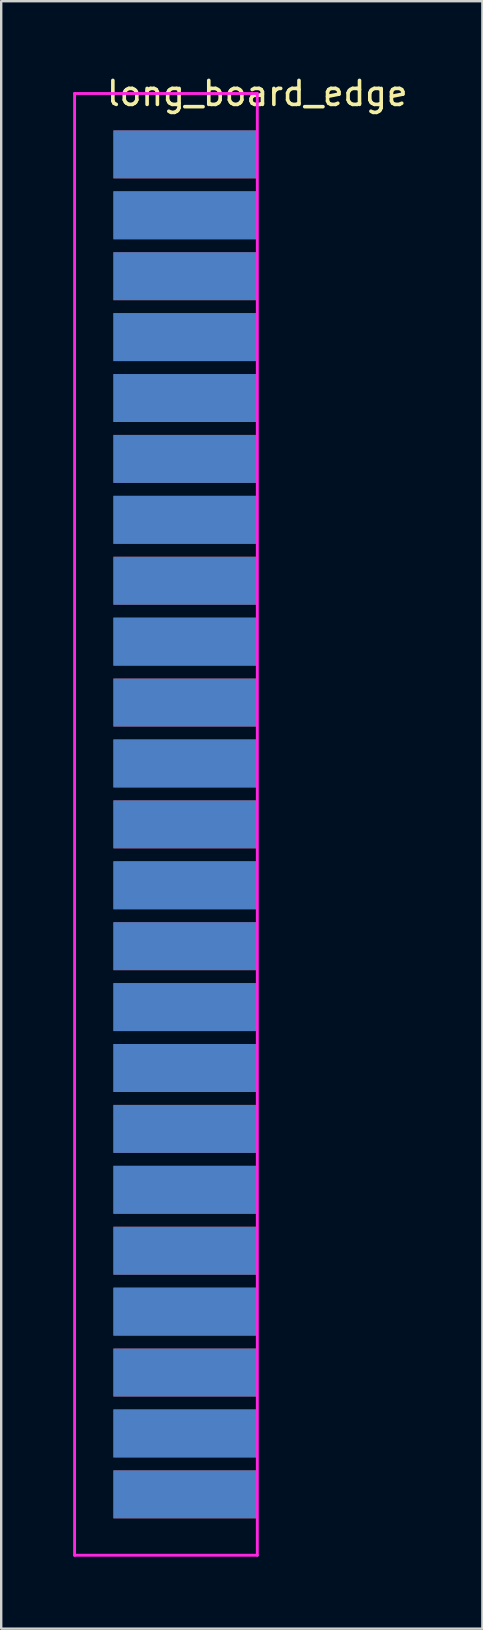
<source format=kicad_pcb>
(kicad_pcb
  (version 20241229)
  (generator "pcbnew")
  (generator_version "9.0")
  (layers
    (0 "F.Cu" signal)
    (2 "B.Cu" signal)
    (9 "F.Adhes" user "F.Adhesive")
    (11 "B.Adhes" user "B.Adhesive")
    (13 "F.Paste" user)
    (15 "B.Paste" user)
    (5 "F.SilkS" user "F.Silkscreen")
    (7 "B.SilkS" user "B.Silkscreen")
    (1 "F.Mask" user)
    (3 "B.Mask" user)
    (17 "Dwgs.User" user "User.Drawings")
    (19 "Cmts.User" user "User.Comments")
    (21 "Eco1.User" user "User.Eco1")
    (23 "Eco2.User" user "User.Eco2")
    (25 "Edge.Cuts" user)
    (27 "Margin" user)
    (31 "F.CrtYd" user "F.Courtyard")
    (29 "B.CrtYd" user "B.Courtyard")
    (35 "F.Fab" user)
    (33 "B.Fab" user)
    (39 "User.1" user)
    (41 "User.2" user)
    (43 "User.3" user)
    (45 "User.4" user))
  (footprint "long_board_edge"
    (layer "F.Cu")
    (at 7.68 3.388)
    (property "Reference" "long_board_edge" (at 0 -2.54 0) (layer "F.SilkS") (effects (font (size 1 1) (thickness 0.15))))
    (attr through_hole)
    (fp_line (start -7.62 -2.54) (end -7.62 58.42) (stroke (width 0.12) (type solid)) (layer "F.CrtYd"))
    (fp_line (start -7.62 58.42) (end 0 58.42) (stroke (width 0.12) (type solid)) (layer "F.CrtYd"))
    (fp_line (start 0 -2.54) (end -7.62 -2.54) (stroke (width 0.12) (type solid)) (layer "F.CrtYd"))
    (fp_line (start 0 58.42) (end 0 -2.54) (stroke (width 0.12) (type solid)) (layer "F.CrtYd"))
    (pad "a1" connect rect (at 0 0) (size 6 2) (drill (offset -3 0)) (layers "F.Cu" "F.Mask"))
    (pad "a2" connect rect (at 0 2.54) (size 6 2) (drill (offset -3 0)) (layers "F.Cu" "F.Mask"))
    (pad "a3" connect rect (at 0 5.08) (size 6 2) (drill (offset -3 0)) (layers "F.Cu" "F.Mask"))
    (pad "a4" connect rect (at 0 7.62) (size 6 2) (drill (offset -3 0)) (layers "F.Cu" "F.Mask"))
    (pad "a5" connect rect (at 0 10.16) (size 6 2) (drill (offset -3 0)) (layers "F.Cu" "F.Mask"))
    (pad "a6" connect rect (at 0 12.7) (size 6 2) (drill (offset -3 0)) (layers "F.Cu" "F.Mask"))
    (pad "a7" connect rect (at 0 15.24) (size 6 2) (drill (offset -3 0)) (layers "F.Cu" "F.Mask"))
    (pad "a8" connect rect (at 0 17.78) (size 6 2) (drill (offset -3 0)) (layers "F.Cu" "F.Mask"))
    (pad "a9" connect rect (at 0 20.32) (size 6 2) (drill (offset -3 0)) (layers "F.Cu" "F.Mask"))
    (pad "a10" connect rect (at 0 22.86) (size 6 2) (drill (offset -3 0)) (layers "F.Cu" "F.Mask"))
    (pad "a11" connect rect (at 0 25.4) (size 6 2) (drill (offset -3 0)) (layers "F.Cu" "F.Mask"))
    (pad "a12" connect rect (at 0 27.94) (size 6 2) (drill (offset -3 0)) (layers "F.Cu" "F.Mask"))
    (pad "a13" connect rect (at 0 30.48) (size 6 2) (drill (offset -3 0)) (layers "F.Cu" "F.Mask"))
    (pad "a14" connect rect (at 0 33.02) (size 6 2) (drill (offset -3 0)) (layers "F.Cu" "F.Mask"))
    (pad "a15" connect rect (at 0 35.56) (size 6 2) (drill (offset -3 0)) (layers "F.Cu" "F.Mask"))
    (pad "a16" connect rect (at 0 38.1) (size 6 2) (drill (offset -3 0)) (layers "F.Cu" "F.Mask"))
    (pad "a17" connect rect (at 0 40.64) (size 6 2) (drill (offset -3 0)) (layers "F.Cu" "F.Mask"))
    (pad "a18" connect rect (at 0 43.18) (size 6 2) (drill (offset -3 0)) (layers "F.Cu" "F.Mask"))
    (pad "a19" connect rect (at 0 45.72) (size 6 2) (drill (offset -3 0)) (layers "F.Cu" "F.Mask"))
    (pad "a20" connect rect (at 0 48.26) (size 6 2) (drill (offset -3 0)) (layers "F.Cu" "F.Mask"))
    (pad "a21" connect rect (at 0 50.8) (size 6 2) (drill (offset -3 0)) (layers "F.Cu" "F.Mask"))
    (pad "a22" connect rect (at 0 53.34) (size 6 2) (drill (offset -3 0)) (layers "F.Cu" "F.Mask"))
    (pad "a23" connect rect (at 0 55.88) (size 6 2) (drill (offset -3 0)) (layers "F.Cu" "F.Mask"))
    (pad "b1" connect rect (at 0 0) (size 6 2) (drill (offset -3 0)) (layers "B.Cu" "B.Mask"))
    (pad "b2" connect rect (at 0 2.54) (size 6 2) (drill (offset -3 0)) (layers "B.Cu" "B.Mask"))
    (pad "b3" connect rect (at 0 5.08) (size 6 2) (drill (offset -3 0)) (layers "B.Cu" "B.Mask"))
    (pad "b4" connect rect (at 0 7.62) (size 6 2) (drill (offset -3 0)) (layers "B.Cu" "B.Mask"))
    (pad "b5" connect rect (at 0 10.16) (size 6 2) (drill (offset -3 0)) (layers "B.Cu" "B.Mask"))
    (pad "b6" connect rect (at 0 12.7) (size 6 2) (drill (offset -3 0)) (layers "B.Cu" "B.Mask"))
    (pad "b7" connect rect (at 0 15.24) (size 6 2) (drill (offset -3 0)) (layers "B.Cu" "B.Mask"))
    (pad "b8" connect rect (at 0 17.78) (size 6 2) (drill (offset -3 0)) (layers "B.Cu" "B.Mask"))
    (pad "b9" connect rect (at 0 20.32) (size 6 2) (drill (offset -3 0)) (layers "B.Cu" "B.Mask"))
    (pad "b10" connect rect (at 0 22.86) (size 6 2) (drill (offset -3 0)) (layers "B.Cu" "B.Mask"))
    (pad "b11" connect rect (at 0 25.4) (size 6 2) (drill (offset -3 0)) (layers "B.Cu" "B.Mask"))
    (pad "b12" connect rect (at 0 27.94) (size 6 2) (drill (offset -3 0)) (layers "B.Cu" "B.Mask"))
    (pad "b13" connect rect (at 0 30.48) (size 6 2) (drill (offset -3 0)) (layers "B.Cu" "B.Mask"))
    (pad "b14" connect rect (at 0 33.02) (size 6 2) (drill (offset -3 0)) (layers "B.Cu" "B.Mask"))
    (pad "b15" connect rect (at 0 35.56) (size 6 2) (drill (offset -3 0)) (layers "B.Cu" "B.Mask"))
    (pad "b16" connect rect (at 0 38.1) (size 6 2) (drill (offset -3 0)) (layers "B.Cu" "B.Mask"))
    (pad "b17" connect rect (at 0 40.64) (size 6 2) (drill (offset -3 0)) (layers "B.Cu" "B.Mask"))
    (pad "b18" connect rect (at 0 43.18) (size 6 2) (drill (offset -3 0)) (layers "B.Cu" "B.Mask"))
    (pad "b19" connect rect (at 0 45.72) (size 6 2) (drill (offset -3 0)) (layers "B.Cu" "B.Mask"))
    (pad "b20" connect rect (at 0 48.26) (size 6 2) (drill (offset -3 0)) (layers "B.Cu" "B.Mask"))
    (pad "b21" connect rect (at 0 50.8) (size 6 2) (drill (offset -3 0)) (layers "B.Cu" "B.Mask"))
    (pad "b22" connect rect (at 0 53.34) (size 6 2) (drill (offset -3 0)) (layers "B.Cu" "B.Mask"))
    (pad "b23" connect rect (at 0 55.88) (size 6 2) (drill (offset -3 0)) (layers "B.Cu" "B.Mask")))
  (gr_rect
    (start -3 -3)
    (end 17.067 64.868)
    (stroke (width 0.1) (type default))
    (fill no)
    (layer "Edge.Cuts")))
</source>
